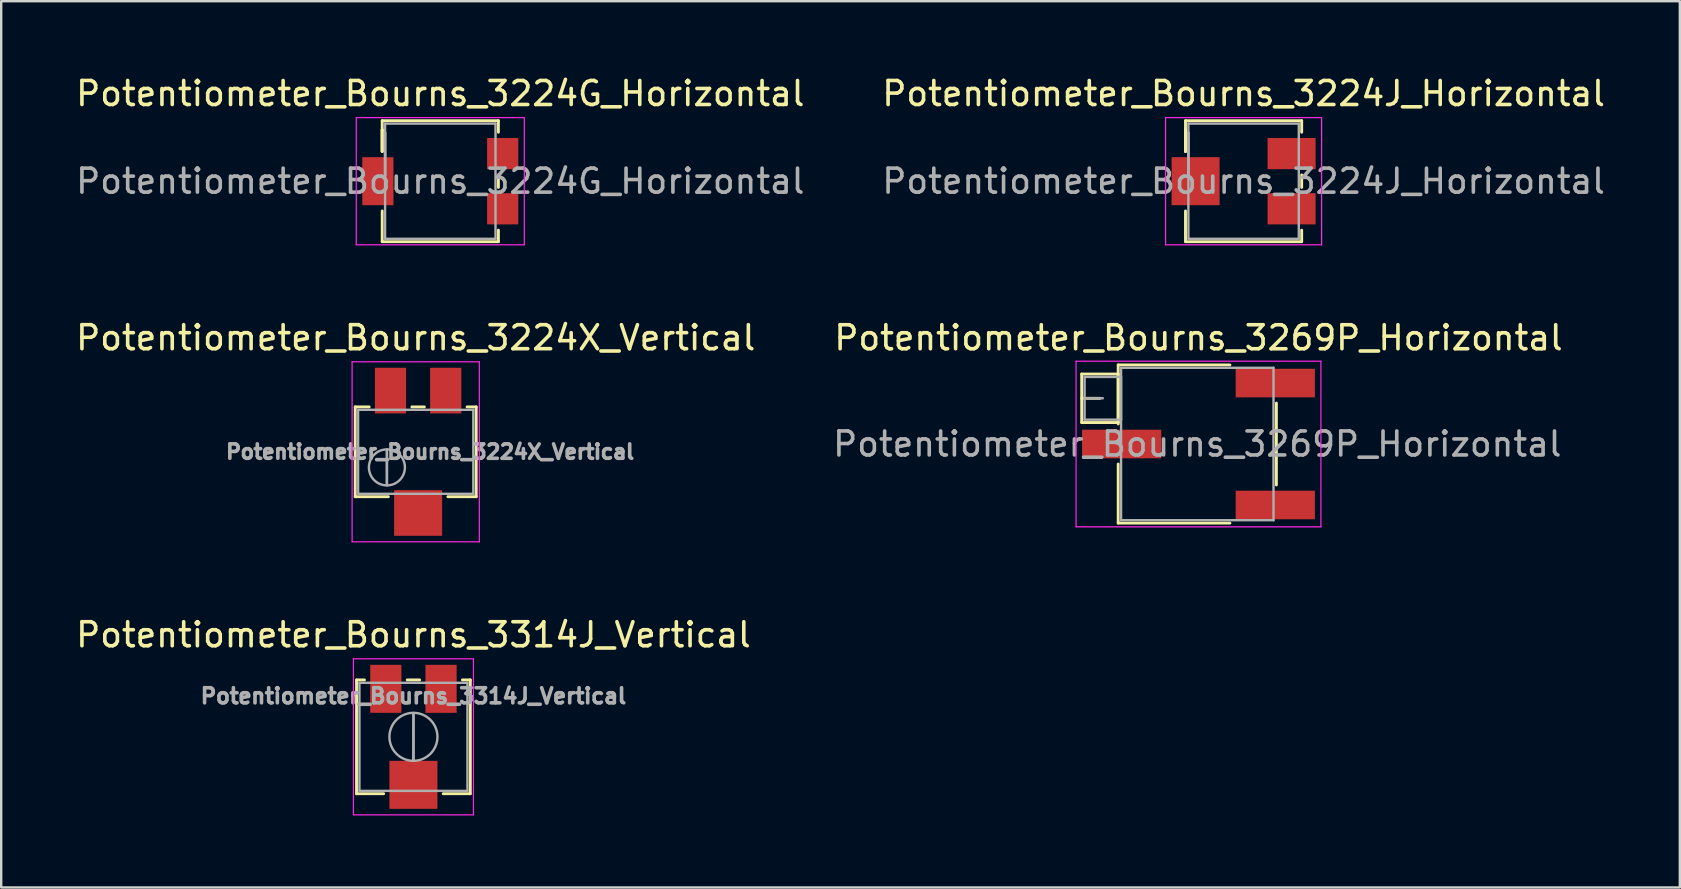
<source format=kicad_pcb>
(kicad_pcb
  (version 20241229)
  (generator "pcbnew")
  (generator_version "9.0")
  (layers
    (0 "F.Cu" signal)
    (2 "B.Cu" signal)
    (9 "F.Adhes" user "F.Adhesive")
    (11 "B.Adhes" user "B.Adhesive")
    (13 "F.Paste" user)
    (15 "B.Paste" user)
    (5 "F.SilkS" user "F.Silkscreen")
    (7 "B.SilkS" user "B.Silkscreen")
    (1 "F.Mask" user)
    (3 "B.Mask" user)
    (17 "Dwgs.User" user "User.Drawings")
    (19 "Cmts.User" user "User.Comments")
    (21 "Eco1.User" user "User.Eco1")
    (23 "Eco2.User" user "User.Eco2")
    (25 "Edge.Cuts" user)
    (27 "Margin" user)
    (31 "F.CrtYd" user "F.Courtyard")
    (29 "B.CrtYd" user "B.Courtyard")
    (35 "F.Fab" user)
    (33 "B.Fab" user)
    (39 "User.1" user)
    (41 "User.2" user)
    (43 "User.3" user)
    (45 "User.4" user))
  (footprint "Potentiometer_Bourns_3314J_Vertical"
    (layer "F.Cu")
    (at 14.173 27.645)
    (property "Reference" "Potentiometer_Bourns_3314J_Vertical" (at 0 -4.25 0) (layer "F.SilkS") (effects (font (size 1 1) (thickness 0.15))))
    (attr smd)
    (fp_line (start -2.37 -2.37) (end -2.37 2.37) (stroke (width 0.12) (type solid)) (layer "F.SilkS"))
    (fp_line (start -2.37 -2.37) (end -2.039 -2.37) (stroke (width 0.12) (type solid)) (layer "F.SilkS"))
    (fp_line (start -2.37 2.37) (end -1.24 2.37) (stroke (width 0.12) (type solid)) (layer "F.SilkS"))
    (fp_line (start -0.259 -2.37) (end 0.26 -2.37) (stroke (width 0.12) (type solid)) (layer "F.SilkS"))
    (fp_line (start 1.24 2.37) (end 2.37 2.37) (stroke (width 0.12) (type solid)) (layer "F.SilkS"))
    (fp_line (start 2.04 -2.37) (end 2.37 -2.37) (stroke (width 0.12) (type solid)) (layer "F.SilkS"))
    (fp_line (start 2.37 -2.37) (end 2.37 2.37) (stroke (width 0.12) (type solid)) (layer "F.SilkS"))
    (fp_line (start -2.5 -3.25) (end -2.5 3.25) (stroke (width 0.05) (type solid)) (layer "F.CrtYd"))
    (fp_line (start -2.5 3.25) (end 2.5 3.25) (stroke (width 0.05) (type solid)) (layer "F.CrtYd"))
    (fp_line (start 2.5 -3.25) (end -2.5 -3.25) (stroke (width 0.05) (type solid)) (layer "F.CrtYd"))
    (fp_line (start 2.5 3.25) (end 2.5 -3.25) (stroke (width 0.05) (type solid)) (layer "F.CrtYd"))
    (fp_line (start -2.25 -2.25) (end -2.25 2.25) (stroke (width 0.1) (type solid)) (layer "F.Fab"))
    (fp_line (start -2.25 2.25) (end 2.25 2.25) (stroke (width 0.1) (type solid)) (layer "F.Fab"))
    (fp_line (start 0 0.99) (end 0.001 -0.989) (stroke (width 0.1) (type solid)) (layer "F.Fab"))
    (fp_line (start 0 0.99) (end 0.001 -0.989) (stroke (width 0.1) (type solid)) (layer "F.Fab"))
    (fp_line (start 2.25 -2.25) (end -2.25 -2.25) (stroke (width 0.1) (type solid)) (layer "F.Fab"))
    (fp_line (start 2.25 2.25) (end 2.25 -2.25) (stroke (width 0.1) (type solid)) (layer "F.Fab"))
    (fp_circle (center 0 0) (end 1 0) (stroke (width 0.1) (type solid)) (fill no) (layer "F.Fab"))
    (fp_text user "${REFERENCE}" (at 0 -1.7 0) (layer "F.Fab") (effects (font (size 0.63 0.63) (thickness 0.15))))
    (pad "1" smd rect (at 1.15 -2) (size 1.3 2) (layers "F.Cu" "F.Mask" "F.Paste"))
    (pad "2" smd rect (at 0 2) (size 2 2) (layers "F.Cu" "F.Mask" "F.Paste"))
    (pad "3" smd rect (at -1.15 -2) (size 1.3 2) (layers "F.Cu" "F.Mask" "F.Paste")))
  (footprint "Potentiometer_Bourns_3224J_Horizontal"
    (layer "F.Cu")
    (at 48.756 4.498)
    (property "Reference" "Potentiometer_Bourns_3224J_Horizontal" (at 0 -3.65 0) (layer "F.SilkS") (effects (font (size 1 1) (thickness 0.15))))
    (attr smd)
    (fp_line (start -2.42 -2.52) (end -2.42 -1.24) (stroke (width 0.12) (type solid)) (layer "F.SilkS"))
    (fp_line (start -2.42 -2.52) (end 2.42 -2.52) (stroke (width 0.12) (type solid)) (layer "F.SilkS"))
    (fp_line (start -2.42 -2.14) (end -2.42 -2.14) (stroke (width 0.12) (type solid)) (layer "F.SilkS"))
    (fp_line (start -2.42 -2.14) (end -2.42 -1.24) (stroke (width 0.12) (type solid)) (layer "F.SilkS"))
    (fp_line (start -2.42 -2.14) (end -2.42 -1.24) (stroke (width 0.12) (type solid)) (layer "F.SilkS"))
    (fp_line (start -2.42 1.24) (end -2.42 2.52) (stroke (width 0.12) (type solid)) (layer "F.SilkS"))
    (fp_line (start -2.42 2.52) (end 2.42 2.52) (stroke (width 0.12) (type solid)) (layer "F.SilkS"))
    (fp_line (start 2.42 -2.52) (end 2.42 -2.04) (stroke (width 0.12) (type solid)) (layer "F.SilkS"))
    (fp_line (start 2.42 -0.26) (end 2.42 0.26) (stroke (width 0.12) (type solid)) (layer "F.SilkS"))
    (fp_line (start 2.42 2.04) (end 2.42 2.52) (stroke (width 0.12) (type solid)) (layer "F.SilkS"))
    (fp_line (start -3.25 -2.65) (end -3.25 2.65) (stroke (width 0.05) (type solid)) (layer "F.CrtYd"))
    (fp_line (start -3.25 2.65) (end 3.25 2.65) (stroke (width 0.05) (type solid)) (layer "F.CrtYd"))
    (fp_line (start 3.25 -2.65) (end -3.25 -2.65) (stroke (width 0.05) (type solid)) (layer "F.CrtYd"))
    (fp_line (start 3.25 2.65) (end 3.25 -2.65) (stroke (width 0.05) (type solid)) (layer "F.CrtYd"))
    (fp_line (start -2.3 -2.4) (end -2.3 2.4) (stroke (width 0.1) (type solid)) (layer "F.Fab"))
    (fp_line (start -2.3 -2.02) (end -2.3 -2.02) (stroke (width 0.1) (type solid)) (layer "F.Fab"))
    (fp_line (start -2.3 -2.02) (end -2.3 -0.24) (stroke (width 0.1) (type solid)) (layer "F.Fab"))
    (fp_line (start -2.3 -1.13) (end -2.3 -1.13) (stroke (width 0.1) (type solid)) (layer "F.Fab"))
    (fp_line (start -2.3 -0.24) (end -2.3 -2.02) (stroke (width 0.1) (type solid)) (layer "F.Fab"))
    (fp_line (start -2.3 -0.24) (end -2.3 -0.24) (stroke (width 0.1) (type solid)) (layer "F.Fab"))
    (fp_line (start -2.3 2.4) (end 2.3 2.4) (stroke (width 0.1) (type solid)) (layer "F.Fab"))
    (fp_line (start 2.3 -2.4) (end -2.3 -2.4) (stroke (width 0.1) (type solid)) (layer "F.Fab"))
    (fp_line (start 2.3 2.4) (end 2.3 -2.4) (stroke (width 0.1) (type solid)) (layer "F.Fab"))
    (fp_text user "${REFERENCE}" (at 0 0 0) (layer "F.Fab") (effects (font (size 1 1) (thickness 0.15))))
    (pad "1" smd rect (at 2 -1.15) (size 2 1.3) (layers "F.Cu" "F.Mask" "F.Paste"))
    (pad "2" smd rect (at -2 0) (size 2 2) (layers "F.Cu" "F.Mask" "F.Paste"))
    (pad "3" smd rect (at 2 1.15) (size 2 1.3) (layers "F.Cu" "F.Mask" "F.Paste")))
  (footprint "Potentiometer_Bourns_3269P_Horizontal"
    (layer "F.Cu")
    (at 46.877 15.447)
    (property "Reference" "Potentiometer_Bourns_3269P_Horizontal" (at 0 -4.425 0) (layer "F.SilkS") (effects (font (size 1 1) (thickness 0.15))))
    (attr smd)
    (fp_line (start -4.865 -2.915) (end -4.865 -0.895) (stroke (width 0.12) (type solid)) (layer "F.SilkS"))
    (fp_line (start -4.865 -2.915) (end -3.346 -2.915) (stroke (width 0.12) (type solid)) (layer "F.SilkS"))
    (fp_line (start -4.865 -1.905) (end -4.106 -1.905) (stroke (width 0.12) (type solid)) (layer "F.SilkS"))
    (fp_line (start -4.865 -0.895) (end -3.346 -0.895) (stroke (width 0.12) (type solid)) (layer "F.SilkS"))
    (fp_line (start -3.346 -2.915) (end -3.346 -0.895) (stroke (width 0.12) (type solid)) (layer "F.SilkS"))
    (fp_line (start -3.345 -3.295) (end -3.345 -0.835) (stroke (width 0.12) (type solid)) (layer "F.SilkS"))
    (fp_line (start -3.345 -3.295) (end 1.31 -3.295) (stroke (width 0.12) (type solid)) (layer "F.SilkS"))
    (fp_line (start -3.345 0.835) (end -3.345 3.295) (stroke (width 0.12) (type solid)) (layer "F.SilkS"))
    (fp_line (start -3.345 3.295) (end 1.31 3.295) (stroke (width 0.12) (type solid)) (layer "F.SilkS"))
    (fp_line (start 3.245 -1.705) (end 3.245 1.705) (stroke (width 0.12) (type solid)) (layer "F.SilkS"))
    (fp_line (start -5.1 -3.45) (end -5.1 3.45) (stroke (width 0.05) (type solid)) (layer "F.CrtYd"))
    (fp_line (start -5.1 3.45) (end 5.1 3.45) (stroke (width 0.05) (type solid)) (layer "F.CrtYd"))
    (fp_line (start 5.1 -3.45) (end -5.1 -3.45) (stroke (width 0.05) (type solid)) (layer "F.CrtYd"))
    (fp_line (start 5.1 3.45) (end 5.1 -3.45) (stroke (width 0.05) (type solid)) (layer "F.CrtYd"))
    (fp_line (start -4.745 -2.795) (end -4.745 -1.015) (stroke (width 0.1) (type solid)) (layer "F.Fab"))
    (fp_line (start -4.745 -1.905) (end -3.985 -1.905) (stroke (width 0.1) (type solid)) (layer "F.Fab"))
    (fp_line (start -4.745 -1.015) (end -3.225 -1.015) (stroke (width 0.1) (type solid)) (layer "F.Fab"))
    (fp_line (start -3.225 -3.175) (end -3.225 3.175) (stroke (width 0.1) (type solid)) (layer "F.Fab"))
    (fp_line (start -3.225 -2.795) (end -4.745 -2.795) (stroke (width 0.1) (type solid)) (layer "F.Fab"))
    (fp_line (start -3.225 -1.015) (end -3.225 -2.795) (stroke (width 0.1) (type solid)) (layer "F.Fab"))
    (fp_line (start -3.225 3.175) (end 3.125 3.175) (stroke (width 0.1) (type solid)) (layer "F.Fab"))
    (fp_line (start 3.125 -3.175) (end -3.225 -3.175) (stroke (width 0.1) (type solid)) (layer "F.Fab"))
    (fp_line (start 3.125 3.175) (end 3.125 -3.175) (stroke (width 0.1) (type solid)) (layer "F.Fab"))
    (fp_text user "${REFERENCE}" (at -0.05 0 0) (layer "F.Fab") (effects (font (size 1 1) (thickness 0.15))))
    (pad "1" smd rect (at 3.2 -2.54) (size 3.3 1.19) (layers "F.Cu" "F.Mask" "F.Paste"))
    (pad "2" smd rect (at -3.2 0) (size 3.3 1.19) (layers "F.Cu" "F.Mask" "F.Paste"))
    (pad "3" smd rect (at 3.2 2.54) (size 3.3 1.19) (layers "F.Cu" "F.Mask" "F.Paste")))
  (footprint "Potentiometer_Bourns_3224G_Horizontal"
    (layer "F.Cu")
    (at 15.292 4.498)
    (property "Reference" "Potentiometer_Bourns_3224G_Horizontal" (at 0 -3.65 0) (layer "F.SilkS") (effects (font (size 1 1) (thickness 0.15))))
    (attr smd)
    (fp_line (start -2.42 -2.52) (end -2.42 -1.24) (stroke (width 0.12) (type solid)) (layer "F.SilkS"))
    (fp_line (start -2.42 -2.52) (end 2.42 -2.52) (stroke (width 0.12) (type solid)) (layer "F.SilkS"))
    (fp_line (start -2.42 -2.14) (end -2.42 -2.14) (stroke (width 0.12) (type solid)) (layer "F.SilkS"))
    (fp_line (start -2.42 -2.14) (end -2.42 -1.24) (stroke (width 0.12) (type solid)) (layer "F.SilkS"))
    (fp_line (start -2.42 -2.14) (end -2.42 -1.24) (stroke (width 0.12) (type solid)) (layer "F.SilkS"))
    (fp_line (start -2.42 1.24) (end -2.42 2.52) (stroke (width 0.12) (type solid)) (layer "F.SilkS"))
    (fp_line (start -2.42 2.52) (end 2.42 2.52) (stroke (width 0.12) (type solid)) (layer "F.SilkS"))
    (fp_line (start 2.42 -2.52) (end 2.42 -2.04) (stroke (width 0.12) (type solid)) (layer "F.SilkS"))
    (fp_line (start 2.42 -0.26) (end 2.42 0.26) (stroke (width 0.12) (type solid)) (layer "F.SilkS"))
    (fp_line (start 2.42 2.04) (end 2.42 2.52) (stroke (width 0.12) (type solid)) (layer "F.SilkS"))
    (fp_line (start -3.5 -2.65) (end -3.5 2.65) (stroke (width 0.05) (type solid)) (layer "F.CrtYd"))
    (fp_line (start -3.5 2.65) (end 3.5 2.65) (stroke (width 0.05) (type solid)) (layer "F.CrtYd"))
    (fp_line (start 3.5 -2.65) (end -3.5 -2.65) (stroke (width 0.05) (type solid)) (layer "F.CrtYd"))
    (fp_line (start 3.5 2.65) (end 3.5 -2.65) (stroke (width 0.05) (type solid)) (layer "F.CrtYd"))
    (fp_line (start -2.3 -2.4) (end -2.3 2.4) (stroke (width 0.1) (type solid)) (layer "F.Fab"))
    (fp_line (start -2.3 -2.02) (end -2.3 -2.02) (stroke (width 0.1) (type solid)) (layer "F.Fab"))
    (fp_line (start -2.3 -2.02) (end -2.3 -0.24) (stroke (width 0.1) (type solid)) (layer "F.Fab"))
    (fp_line (start -2.3 -1.13) (end -2.3 -1.13) (stroke (width 0.1) (type solid)) (layer "F.Fab"))
    (fp_line (start -2.3 -0.24) (end -2.3 -2.02) (stroke (width 0.1) (type solid)) (layer "F.Fab"))
    (fp_line (start -2.3 -0.24) (end -2.3 -0.24) (stroke (width 0.1) (type solid)) (layer "F.Fab"))
    (fp_line (start -2.3 2.4) (end 2.3 2.4) (stroke (width 0.1) (type solid)) (layer "F.Fab"))
    (fp_line (start 2.3 -2.4) (end -2.3 -2.4) (stroke (width 0.1) (type solid)) (layer "F.Fab"))
    (fp_line (start 2.3 2.4) (end 2.3 -2.4) (stroke (width 0.1) (type solid)) (layer "F.Fab"))
    (fp_text user "${REFERENCE}" (at 0 0 0) (layer "F.Fab") (effects (font (size 1 1) (thickness 0.15))))
    (pad "1" smd rect (at 2.6 -1.15) (size 1.3 1.3) (layers "F.Cu" "F.Mask" "F.Paste"))
    (pad "2" smd rect (at -2.6 0) (size 1.3 2) (layers "F.Cu" "F.Mask" "F.Paste"))
    (pad "3" smd rect (at 2.6 1.15) (size 1.3 1.3) (layers "F.Cu" "F.Mask" "F.Paste")))
  (footprint "Potentiometer_Bourns_3224X_Vertical"
    (layer "F.Cu")
    (at 14.368 15.771)
    (property "Reference" "Potentiometer_Bourns_3224X_Vertical" (at -0.1 -4.75 0) (layer "F.SilkS") (effects (font (size 1 1) (thickness 0.15))))
    (attr smd)
    (fp_line (start -2.62 -1.87) (end -2.62 1.87) (stroke (width 0.12) (type solid)) (layer "F.SilkS"))
    (fp_line (start -2.62 -1.87) (end -2.039 -1.87) (stroke (width 0.12) (type solid)) (layer "F.SilkS"))
    (fp_line (start -2.62 1.87) (end -1.24 1.87) (stroke (width 0.12) (type solid)) (layer "F.SilkS"))
    (fp_line (start -0.26 -1.87) (end 0.26 -1.87) (stroke (width 0.12) (type solid)) (layer "F.SilkS"))
    (fp_line (start 1.24 1.87) (end 2.42 1.87) (stroke (width 0.12) (type solid)) (layer "F.SilkS"))
    (fp_line (start 2.04 -1.87) (end 2.42 -1.87) (stroke (width 0.12) (type solid)) (layer "F.SilkS"))
    (fp_line (start 2.42 -1.87) (end 2.42 1.87) (stroke (width 0.12) (type solid)) (layer "F.SilkS"))
    (fp_line (start -2.75 -3.75) (end -2.75 3.75) (stroke (width 0.05) (type solid)) (layer "F.CrtYd"))
    (fp_line (start -2.75 3.75) (end 2.55 3.75) (stroke (width 0.05) (type solid)) (layer "F.CrtYd"))
    (fp_line (start 2.55 -3.75) (end -2.75 -3.75) (stroke (width 0.05) (type solid)) (layer "F.CrtYd"))
    (fp_line (start 2.55 3.75) (end 2.55 -3.75) (stroke (width 0.05) (type solid)) (layer "F.CrtYd"))
    (fp_line (start -2.5 -1.75) (end -2.5 1.75) (stroke (width 0.1) (type solid)) (layer "F.Fab"))
    (fp_line (start -2.5 1.75) (end 2.3 1.75) (stroke (width 0.1) (type solid)) (layer "F.Fab"))
    (fp_line (start -1.3 1.393) (end -1.299 -0.092) (stroke (width 0.1) (type solid)) (layer "F.Fab"))
    (fp_line (start -1.3 1.393) (end -1.299 -0.092) (stroke (width 0.1) (type solid)) (layer "F.Fab"))
    (fp_line (start 2.3 -1.75) (end -2.5 -1.75) (stroke (width 0.1) (type solid)) (layer "F.Fab"))
    (fp_line (start 2.3 1.75) (end 2.3 -1.75) (stroke (width 0.1) (type solid)) (layer "F.Fab"))
    (fp_circle (center -1.3 0.65) (end -0.55 0.65) (stroke (width 0.1) (type solid)) (fill no) (layer "F.Fab"))
    (fp_text user "${REFERENCE}" (at 0.5 0 0) (layer "F.Fab") (effects (font (size 0.6 0.6) (thickness 0.15))))
    (pad "1" smd rect (at 1.15 -2.55) (size 1.3 1.9) (layers "F.Cu" "F.Mask" "F.Paste"))
    (pad "2" smd rect (at 0 2.55) (size 2 1.9) (layers "F.Cu" "F.Mask" "F.Paste"))
    (pad "3" smd rect (at -1.15 -2.55) (size 1.3 1.9) (layers "F.Cu" "F.Mask" "F.Paste")))
  (gr_rect
    (start -3 -3)
    (end 66.929 33.92)
    (stroke (width 0.1) (type default))
    (fill no)
    (layer "Edge.Cuts")))
</source>
